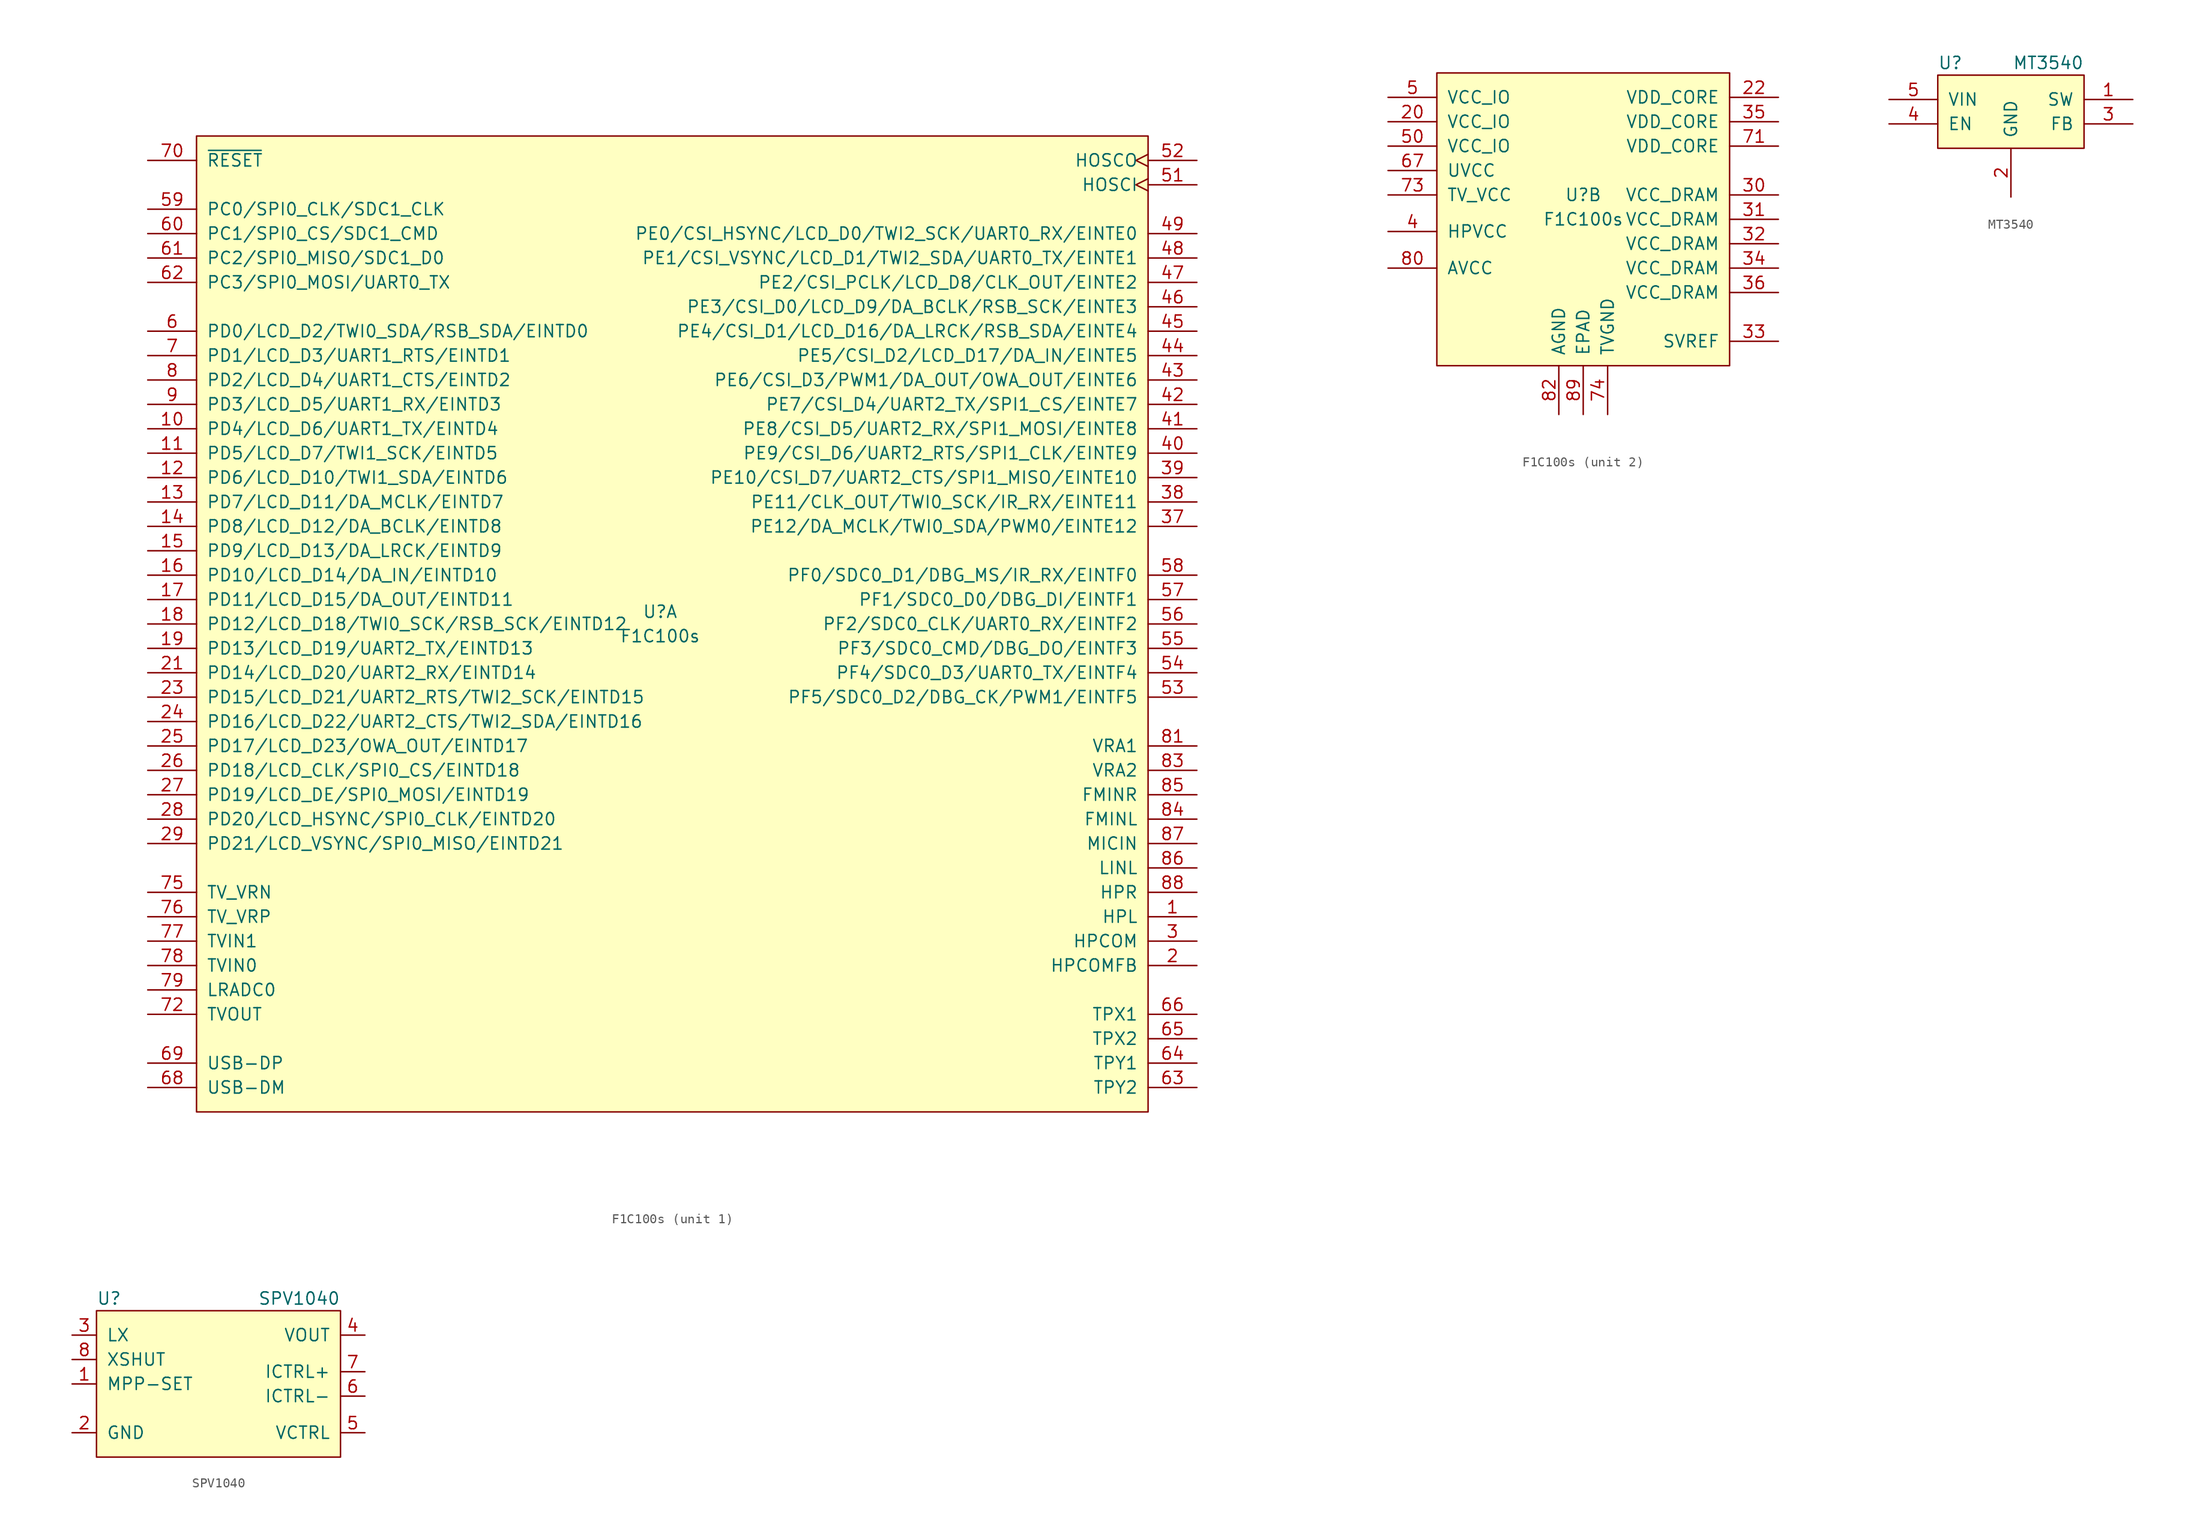
<source format=kicad_sym>
(kicad_symbol_lib
  (version 20211014)
  (generator kicad_symbol_editor)
  (symbol "F1C100s"
    (pin_names
      (offset 1.016))
    (property "Reference" "U"
      (at 0 1.27 0)
      (effects (font (size 1.27 1.27))))
    (property "Value" "F1C100s"
      (at 0 -1.27 0)
      (effects (font (size 1.27 1.27))))
    (property "ki_locked" ""
      (at 0 0 0)
      (effects (font (size 1.27 1.27))))
    (symbol "F1C100s_1_0"
      (pin output line (at 55.88 -30.48 180) (length 5.08) (name "HPL" (effects (font (size 1.27 1.27)))) (number "1" (effects (font (size 1.27 1.27)))))
      (pin bidirectional line (at -53.34 20.32 0) (length 5.08) (name "PD4/LCD_D6/UART1_TX/EINTD4" (effects (font (size 1.27 1.27)))) (number "10" (effects (font (size 1.27 1.27)))))
      (pin bidirectional line (at -53.34 17.78 0) (length 5.08) (name "PD5/LCD_D7/TWI1_SCK/EINTD5" (effects (font (size 1.27 1.27)))) (number "11" (effects (font (size 1.27 1.27)))))
      (pin bidirectional line (at -53.34 15.24 0) (length 5.08) (name "PD6/LCD_D10/TWI1_SDA/EINTD6" (effects (font (size 1.27 1.27)))) (number "12" (effects (font (size 1.27 1.27)))))
      (pin bidirectional line (at -53.34 12.7 0) (length 5.08) (name "PD7/LCD_D11/DA_MCLK/EINTD7" (effects (font (size 1.27 1.27)))) (number "13" (effects (font (size 1.27 1.27)))))
      (pin bidirectional line (at -53.34 10.16 0) (length 5.08) (name "PD8/LCD_D12/DA_BCLK/EINTD8" (effects (font (size 1.27 1.27)))) (number "14" (effects (font (size 1.27 1.27)))))
      (pin bidirectional line (at -53.34 7.62 0) (length 5.08) (name "PD9/LCD_D13/DA_LRCK/EINTD9" (effects (font (size 1.27 1.27)))) (number "15" (effects (font (size 1.27 1.27)))))
      (pin bidirectional line (at -53.34 5.08 0) (length 5.08) (name "PD10/LCD_D14/DA_IN/EINTD10" (effects (font (size 1.27 1.27)))) (number "16" (effects (font (size 1.27 1.27)))))
      (pin bidirectional line (at -53.34 2.54 0) (length 5.08) (name "PD11/LCD_D15/DA_OUT/EINTD11" (effects (font (size 1.27 1.27)))) (number "17" (effects (font (size 1.27 1.27)))))
      (pin bidirectional line (at -53.34 0 0) (length 5.08) (name "PD12/LCD_D18/TWI0_SCK/RSB_SCK/EINTD12" (effects (font (size 1.27 1.27)))) (number "18" (effects (font (size 1.27 1.27)))))
      (pin bidirectional line (at -53.34 -2.54 0) (length 5.08) (name "PD13/LCD_D19/UART2_TX/EINTD13" (effects (font (size 1.27 1.27)))) (number "19" (effects (font (size 1.27 1.27)))))
      (pin input line (at 55.88 -35.56 180) (length 5.08) (name "HPCOMFB" (effects (font (size 1.27 1.27)))) (number "2" (effects (font (size 1.27 1.27)))))
      (pin bidirectional line (at -53.34 -5.08 0) (length 5.08) (name "PD14/LCD_D20/UART2_RX/EINTD14" (effects (font (size 1.27 1.27)))) (number "21" (effects (font (size 1.27 1.27)))))
      (pin bidirectional line (at -53.34 -7.62 0) (length 5.08) (name "PD15/LCD_D21/UART2_RTS/TWI2_SCK/EINTD15" (effects (font (size 1.27 1.27)))) (number "23" (effects (font (size 1.27 1.27)))))
      (pin bidirectional line (at -53.34 -10.16 0) (length 5.08) (name "PD16/LCD_D22/UART2_CTS/TWI2_SDA/EINTD16" (effects (font (size 1.27 1.27)))) (number "24" (effects (font (size 1.27 1.27)))))
      (pin bidirectional line (at -53.34 -12.7 0) (length 5.08) (name "PD17/LCD_D23/OWA_OUT/EINTD17" (effects (font (size 1.27 1.27)))) (number "25" (effects (font (size 1.27 1.27)))))
      (pin bidirectional line (at -53.34 -15.24 0) (length 5.08) (name "PD18/LCD_CLK/SPI0_CS/EINTD18" (effects (font (size 1.27 1.27)))) (number "26" (effects (font (size 1.27 1.27)))))
      (pin bidirectional line (at -53.34 -17.78 0) (length 5.08) (name "PD19/LCD_DE/SPI0_MOSI/EINTD19" (effects (font (size 1.27 1.27)))) (number "27" (effects (font (size 1.27 1.27)))))
      (pin bidirectional line (at -53.34 -20.32 0) (length 5.08) (name "PD20/LCD_HSYNC/SPI0_CLK/EINTD20" (effects (font (size 1.27 1.27)))) (number "28" (effects (font (size 1.27 1.27)))))
      (pin bidirectional line (at -53.34 -22.86 0) (length 5.08) (name "PD21/LCD_VSYNC/SPI0_MISO/EINTD21" (effects (font (size 1.27 1.27)))) (number "29" (effects (font (size 1.27 1.27)))))
      (pin output line (at 55.88 -33.02 180) (length 5.08) (name "HPCOM" (effects (font (size 1.27 1.27)))) (number "3" (effects (font (size 1.27 1.27)))))
      (pin bidirectional line (at 55.88 10.16 180) (length 5.08) (name "PE12/DA_MCLK/TWI0_SDA/PWM0/EINTE12" (effects (font (size 1.27 1.27)))) (number "37" (effects (font (size 1.27 1.27)))))
      (pin bidirectional line (at 55.88 12.7 180) (length 5.08) (name "PE11/CLK_OUT/TWI0_SCK/IR_RX/EINTE11" (effects (font (size 1.27 1.27)))) (number "38" (effects (font (size 1.27 1.27)))))
      (pin bidirectional line (at 55.88 15.24 180) (length 5.08) (name "PE10/CSI_D7/UART2_CTS/SPI1_MISO/EINTE10" (effects (font (size 1.27 1.27)))) (number "39" (effects (font (size 1.27 1.27)))))
      (pin bidirectional line (at 55.88 17.78 180) (length 5.08) (name "PE9/CSI_D6/UART2_RTS/SPI1_CLK/EINTE9" (effects (font (size 1.27 1.27)))) (number "40" (effects (font (size 1.27 1.27)))))
      (pin bidirectional line (at 55.88 20.32 180) (length 5.08) (name "PE8/CSI_D5/UART2_RX/SPI1_MOSI/EINTE8" (effects (font (size 1.27 1.27)))) (number "41" (effects (font (size 1.27 1.27)))))
      (pin bidirectional line (at 55.88 22.86 180) (length 5.08) (name "PE7/CSI_D4/UART2_TX/SPI1_CS/EINTE7" (effects (font (size 1.27 1.27)))) (number "42" (effects (font (size 1.27 1.27)))))
      (pin bidirectional line (at 55.88 25.4 180) (length 5.08) (name "PE6/CSI_D3/PWM1/DA_OUT/OWA_OUT/EINTE6" (effects (font (size 1.27 1.27)))) (number "43" (effects (font (size 1.27 1.27)))))
      (pin bidirectional line (at 55.88 27.94 180) (length 5.08) (name "PE5/CSI_D2/LCD_D17/DA_IN/EINTE5" (effects (font (size 1.27 1.27)))) (number "44" (effects (font (size 1.27 1.27)))))
      (pin bidirectional line (at 55.88 30.48 180) (length 5.08) (name "PE4/CSI_D1/LCD_D16/DA_LRCK/RSB_SDA/EINTE4" (effects (font (size 1.27 1.27)))) (number "45" (effects (font (size 1.27 1.27)))))
      (pin bidirectional line (at 55.88 33.02 180) (length 5.08) (name "PE3/CSI_D0/LCD_D9/DA_BCLK/RSB_SCK/EINTE3" (effects (font (size 1.27 1.27)))) (number "46" (effects (font (size 1.27 1.27)))))
      (pin bidirectional line (at 55.88 35.56 180) (length 5.08) (name "PE2/CSI_PCLK/LCD_D8/CLK_OUT/EINTE2" (effects (font (size 1.27 1.27)))) (number "47" (effects (font (size 1.27 1.27)))))
      (pin bidirectional line (at 55.88 38.1 180) (length 5.08) (name "PE1/CSI_VSYNC/LCD_D1/TWI2_SDA/UART0_TX/EINTE1" (effects (font (size 1.27 1.27)))) (number "48" (effects (font (size 1.27 1.27)))))
      (pin bidirectional line (at 55.88 40.64 180) (length 5.08) (name "PE0/CSI_HSYNC/LCD_D0/TWI2_SCK/UART0_RX/EINTE0" (effects (font (size 1.27 1.27)))) (number "49" (effects (font (size 1.27 1.27)))))
      (pin input clock (at 55.88 45.72 180) (length 5.08) (name "HOSCI" (effects (font (size 1.27 1.27)))) (number "51" (effects (font (size 1.27 1.27)))))
      (pin input clock (at 55.88 48.26 180) (length 5.08) (name "HOSCO" (effects (font (size 1.27 1.27)))) (number "52" (effects (font (size 1.27 1.27)))))
      (pin bidirectional line (at 55.88 -7.62 180) (length 5.08) (name "PF5/SDC0_D2/DBG_CK/PWM1/EINTF5" (effects (font (size 1.27 1.27)))) (number "53" (effects (font (size 1.27 1.27)))))
      (pin bidirectional line (at 55.88 -5.08 180) (length 5.08) (name "PF4/SDC0_D3/UART0_TX/EINTF4" (effects (font (size 1.27 1.27)))) (number "54" (effects (font (size 1.27 1.27)))))
      (pin bidirectional line (at 55.88 -2.54 180) (length 5.08) (name "PF3/SDC0_CMD/DBG_DO/EINTF3" (effects (font (size 1.27 1.27)))) (number "55" (effects (font (size 1.27 1.27)))))
      (pin bidirectional line (at 55.88 0 180) (length 5.08) (name "PF2/SDC0_CLK/UART0_RX/EINTF2" (effects (font (size 1.27 1.27)))) (number "56" (effects (font (size 1.27 1.27)))))
      (pin bidirectional line (at 55.88 2.54 180) (length 5.08) (name "PF1/SDC0_D0/DBG_DI/EINTF1" (effects (font (size 1.27 1.27)))) (number "57" (effects (font (size 1.27 1.27)))))
      (pin bidirectional line (at 55.88 5.08 180) (length 5.08) (name "PF0/SDC0_D1/DBG_MS/IR_RX/EINTF0" (effects (font (size 1.27 1.27)))) (number "58" (effects (font (size 1.27 1.27)))))
      (pin bidirectional line (at -53.34 43.18 0) (length 5.08) (name "PC0/SPI0_CLK/SDC1_CLK" (effects (font (size 1.27 1.27)))) (number "59" (effects (font (size 1.27 1.27)))))
      (pin bidirectional line (at -53.34 30.48 0) (length 5.08) (name "PD0/LCD_D2/TWI0_SDA/RSB_SDA/EINTD0" (effects (font (size 1.27 1.27)))) (number "6" (effects (font (size 1.27 1.27)))))
      (pin bidirectional line (at -53.34 40.64 0) (length 5.08) (name "PC1/SPI0_CS/SDC1_CMD" (effects (font (size 1.27 1.27)))) (number "60" (effects (font (size 1.27 1.27)))))
      (pin bidirectional line (at -53.34 38.1 0) (length 5.08) (name "PC2/SPI0_MISO/SDC1_D0" (effects (font (size 1.27 1.27)))) (number "61" (effects (font (size 1.27 1.27)))))
      (pin bidirectional line (at -53.34 35.56 0) (length 5.08) (name "PC3/SPI0_MOSI/UART0_TX" (effects (font (size 1.27 1.27)))) (number "62" (effects (font (size 1.27 1.27)))))
      (pin input line (at 55.88 -48.26 180) (length 5.08) (name "TPY2" (effects (font (size 1.27 1.27)))) (number "63" (effects (font (size 1.27 1.27)))))
      (pin input line (at 55.88 -45.72 180) (length 5.08) (name "TPY1" (effects (font (size 1.27 1.27)))) (number "64" (effects (font (size 1.27 1.27)))))
      (pin input line (at 55.88 -43.18 180) (length 5.08) (name "TPX2" (effects (font (size 1.27 1.27)))) (number "65" (effects (font (size 1.27 1.27)))))
      (pin input line (at 55.88 -40.64 180) (length 5.08) (name "TPX1" (effects (font (size 1.27 1.27)))) (number "66" (effects (font (size 1.27 1.27)))))
      (pin bidirectional line (at -53.34 -48.26 0) (length 5.08) (name "USB-DM" (effects (font (size 1.27 1.27)))) (number "68" (effects (font (size 1.27 1.27)))))
      (pin bidirectional line (at -53.34 -45.72 0) (length 5.08) (name "USB-DP" (effects (font (size 1.27 1.27)))) (number "69" (effects (font (size 1.27 1.27)))))
      (pin bidirectional line (at -53.34 27.94 0) (length 5.08) (name "PD1/LCD_D3/UART1_RTS/EINTD1" (effects (font (size 1.27 1.27)))) (number "7" (effects (font (size 1.27 1.27)))))
      (pin input line (at -53.34 48.26 0) (length 5.08) (name "~{RESET}" (effects (font (size 1.27 1.27)))) (number "70" (effects (font (size 1.27 1.27)))))
      (pin output line (at -53.34 -40.64 0) (length 5.08) (name "TVOUT" (effects (font (size 1.27 1.27)))) (number "72" (effects (font (size 1.27 1.27)))))
      (pin input line (at -53.34 -27.94 0) (length 5.08) (name "TV_VRN" (effects (font (size 1.27 1.27)))) (number "75" (effects (font (size 1.27 1.27)))))
      (pin input line (at -53.34 -30.48 0) (length 5.08) (name "TV_VRP" (effects (font (size 1.27 1.27)))) (number "76" (effects (font (size 1.27 1.27)))))
      (pin input line (at -53.34 -33.02 0) (length 5.08) (name "TVIN1" (effects (font (size 1.27 1.27)))) (number "77" (effects (font (size 1.27 1.27)))))
      (pin input line (at -53.34 -35.56 0) (length 5.08) (name "TVIN0" (effects (font (size 1.27 1.27)))) (number "78" (effects (font (size 1.27 1.27)))))
      (pin input line (at -53.34 -38.1 0) (length 5.08) (name "LRADC0" (effects (font (size 1.27 1.27)))) (number "79" (effects (font (size 1.27 1.27)))))
      (pin bidirectional line (at -53.34 25.4 0) (length 5.08) (name "PD2/LCD_D4/UART1_CTS/EINTD2" (effects (font (size 1.27 1.27)))) (number "8" (effects (font (size 1.27 1.27)))))
      (pin input line (at 55.88 -20.32 180) (length 5.08) (name "FMINL" (effects (font (size 1.27 1.27)))) (number "84" (effects (font (size 1.27 1.27)))))
      (pin input line (at 55.88 -17.78 180) (length 5.08) (name "FMINR" (effects (font (size 1.27 1.27)))) (number "85" (effects (font (size 1.27 1.27)))))
      (pin input line (at 55.88 -25.4 180) (length 5.08) (name "LINL" (effects (font (size 1.27 1.27)))) (number "86" (effects (font (size 1.27 1.27)))))
      (pin input line (at 55.88 -22.86 180) (length 5.08) (name "MICIN" (effects (font (size 1.27 1.27)))) (number "87" (effects (font (size 1.27 1.27)))))
      (pin output line (at 55.88 -27.94 180) (length 5.08) (name "HPR" (effects (font (size 1.27 1.27)))) (number "88" (effects (font (size 1.27 1.27)))))
      (pin bidirectional line (at -53.34 22.86 0) (length 5.08) (name "PD3/LCD_D5/UART1_RX/EINTD3" (effects (font (size 1.27 1.27)))) (number "9" (effects (font (size 1.27 1.27))))))
    (symbol "F1C100s_1_1"
      (rectangle (start -48.26 50.8) (end 50.8 -50.8) (stroke (width 0) (type default) (color 0 0 0 0)) (fill (type background)))
      (pin output line (at 55.88 -12.7 180) (length 5.08) (name "VRA1" (effects (font (size 1.27 1.27)))) (number "81" (effects (font (size 1.27 1.27)))))
      (pin output line (at 55.88 -15.24 180) (length 5.08) (name "VRA2" (effects (font (size 1.27 1.27)))) (number "83" (effects (font (size 1.27 1.27))))))
    (symbol "F1C100s_2_0"
      (pin power_in line (at -20.32 8.89 0) (length 5.08) (name "VCC_IO" (effects (font (size 1.27 1.27)))) (number "20" (effects (font (size 1.27 1.27)))))
      (pin power_in line (at 20.32 11.43 180) (length 5.08) (name "VDD_CORE" (effects (font (size 1.27 1.27)))) (number "22" (effects (font (size 1.27 1.27)))))
      (pin power_in line (at 20.32 1.27 180) (length 5.08) (name "VCC_DRAM" (effects (font (size 1.27 1.27)))) (number "30" (effects (font (size 1.27 1.27)))))
      (pin power_in line (at 20.32 -1.27 180) (length 5.08) (name "VCC_DRAM" (effects (font (size 1.27 1.27)))) (number "31" (effects (font (size 1.27 1.27)))))
      (pin power_in line (at 20.32 -3.81 180) (length 5.08) (name "VCC_DRAM" (effects (font (size 1.27 1.27)))) (number "32" (effects (font (size 1.27 1.27)))))
      (pin input line (at 20.32 -13.97 180) (length 5.08) (name "SVREF" (effects (font (size 1.27 1.27)))) (number "33" (effects (font (size 1.27 1.27)))))
      (pin power_in line (at 20.32 -6.35 180) (length 5.08) (name "VCC_DRAM" (effects (font (size 1.27 1.27)))) (number "34" (effects (font (size 1.27 1.27)))))
      (pin power_in line (at 20.32 8.89 180) (length 5.08) (name "VDD_CORE" (effects (font (size 1.27 1.27)))) (number "35" (effects (font (size 1.27 1.27)))))
      (pin power_in line (at 20.32 -8.89 180) (length 5.08) (name "VCC_DRAM" (effects (font (size 1.27 1.27)))) (number "36" (effects (font (size 1.27 1.27)))))
      (pin power_in line (at -20.32 -2.54 0) (length 5.08) (name "HPVCC" (effects (font (size 1.27 1.27)))) (number "4" (effects (font (size 1.27 1.27)))))
      (pin power_in line (at -20.32 11.43 0) (length 5.08) (name "VCC_IO" (effects (font (size 1.27 1.27)))) (number "5" (effects (font (size 1.27 1.27)))))
      (pin power_in line (at -20.32 6.35 0) (length 5.08) (name "VCC_IO" (effects (font (size 1.27 1.27)))) (number "50" (effects (font (size 1.27 1.27)))))
      (pin power_in line (at -20.32 3.81 0) (length 5.08) (name "UVCC" (effects (font (size 1.27 1.27)))) (number "67" (effects (font (size 1.27 1.27)))))
      (pin power_in line (at 20.32 6.35 180) (length 5.08) (name "VDD_CORE" (effects (font (size 1.27 1.27)))) (number "71" (effects (font (size 1.27 1.27)))))
      (pin power_in line (at -20.32 1.27 0) (length 5.08) (name "TV_VCC" (effects (font (size 1.27 1.27)))) (number "73" (effects (font (size 1.27 1.27)))))
      (pin power_in line (at 2.54 -21.59 90) (length 5.08) (name "TVGND" (effects (font (size 1.27 1.27)))) (number "74" (effects (font (size 1.27 1.27)))))
      (pin power_in line (at -20.32 -6.35 0) (length 5.08) (name "AVCC" (effects (font (size 1.27 1.27)))) (number "80" (effects (font (size 1.27 1.27)))))
      (pin power_in line (at -2.54 -21.59 90) (length 5.08) (name "AGND" (effects (font (size 1.27 1.27)))) (number "82" (effects (font (size 1.27 1.27)))))
      (pin power_in line (at 0 -21.59 90) (length 5.08) (name "EPAD" (effects (font (size 1.27 1.27)))) (number "89" (effects (font (size 1.27 1.27))))))
    (symbol "F1C100s_2_1"
      (rectangle (start -15.24 13.97) (end 15.24 -16.51) (stroke (width 0) (type default) (color 0 0 0 0)) (fill (type background)))))
  (symbol "MT3540"
    (pin_names
      (offset 1.016))
    (property "Reference" "U"
      (at -7.62 5.08 0)
      (effects (font (size 1.27 1.27)) (justify left)))
    (property "Value" "MT3540"
      (at 7.62 5.08 0)
      (effects (font (size 1.27 1.27)) (justify right)))
    (symbol "MT3540_1_1"
      (rectangle (start 7.62 -3.81) (end -7.62 3.81) (stroke (width 0) (type default) (color 0 0 0 0)) (fill (type background)))
      (pin power_out line (at 12.7 1.27 180) (length 5.08) (name "SW" (effects (font (size 1.27 1.27)))) (number "1" (effects (font (size 1.27 1.27)))))
      (pin power_in line (at 0 -8.89 90) (length 5.08) (name "GND" (effects (font (size 1.27 1.27)))) (number "2" (effects (font (size 1.27 1.27)))))
      (pin input line (at 12.7 -1.27 180) (length 5.08) (name "FB" (effects (font (size 1.27 1.27)))) (number "3" (effects (font (size 1.27 1.27)))))
      (pin input line (at -12.7 -1.27 0) (length 5.08) (name "EN" (effects (font (size 1.27 1.27)))) (number "4" (effects (font (size 1.27 1.27)))))
      (pin power_in line (at -12.7 1.27 0) (length 5.08) (name "VIN" (effects (font (size 1.27 1.27)))) (number "5" (effects (font (size 1.27 1.27)))))))
  (symbol "SPV1040"
    (pin_names
      (offset 1.016))
    (property "Reference" "U"
      (at -12.7 8.89 0)
      (effects (font (size 1.27 1.27)) (justify left)))
    (property "Value" "SPV1040"
      (at 12.7 8.89 0)
      (effects (font (size 1.27 1.27)) (justify right)))
    (symbol "SPV1040_0_1"
      (rectangle (start -12.7 7.62) (end 12.7 -7.62) (stroke (width 0) (type default) (color 0 0 0 0)) (fill (type background))))
    (symbol "SPV1040_1_1"
      (pin input line (at -15.24 0 0) (length 2.54) (name "MPP-SET" (effects (font (size 1.27 1.27)))) (number "1" (effects (font (size 1.27 1.27)))))
      (pin power_in line (at -15.24 -5.08 0) (length 2.54) (name "GND" (effects (font (size 1.27 1.27)))) (number "2" (effects (font (size 1.27 1.27)))))
      (pin input line (at -15.24 5.08 0) (length 2.54) (name "LX" (effects (font (size 1.27 1.27)))) (number "3" (effects (font (size 1.27 1.27)))))
      (pin power_out line (at 15.24 5.08 180) (length 2.54) (name "VOUT" (effects (font (size 1.27 1.27)))) (number "4" (effects (font (size 1.27 1.27)))))
      (pin input line (at 15.24 -5.08 180) (length 2.54) (name "VCTRL" (effects (font (size 1.27 1.27)))) (number "5" (effects (font (size 1.27 1.27)))))
      (pin input line (at 15.24 -1.27 180) (length 2.54) (name "ICTRL-" (effects (font (size 1.27 1.27)))) (number "6" (effects (font (size 1.27 1.27)))))
      (pin input line (at 15.24 1.27 180) (length 2.54) (name "ICTRL+" (effects (font (size 1.27 1.27)))) (number "7" (effects (font (size 1.27 1.27)))))
      (pin input line (at -15.24 2.54 0) (length 2.54) (name "XSHUT" (effects (font (size 1.27 1.27)))) (number "8" (effects (font (size 1.27 1.27))))))))
</source>
